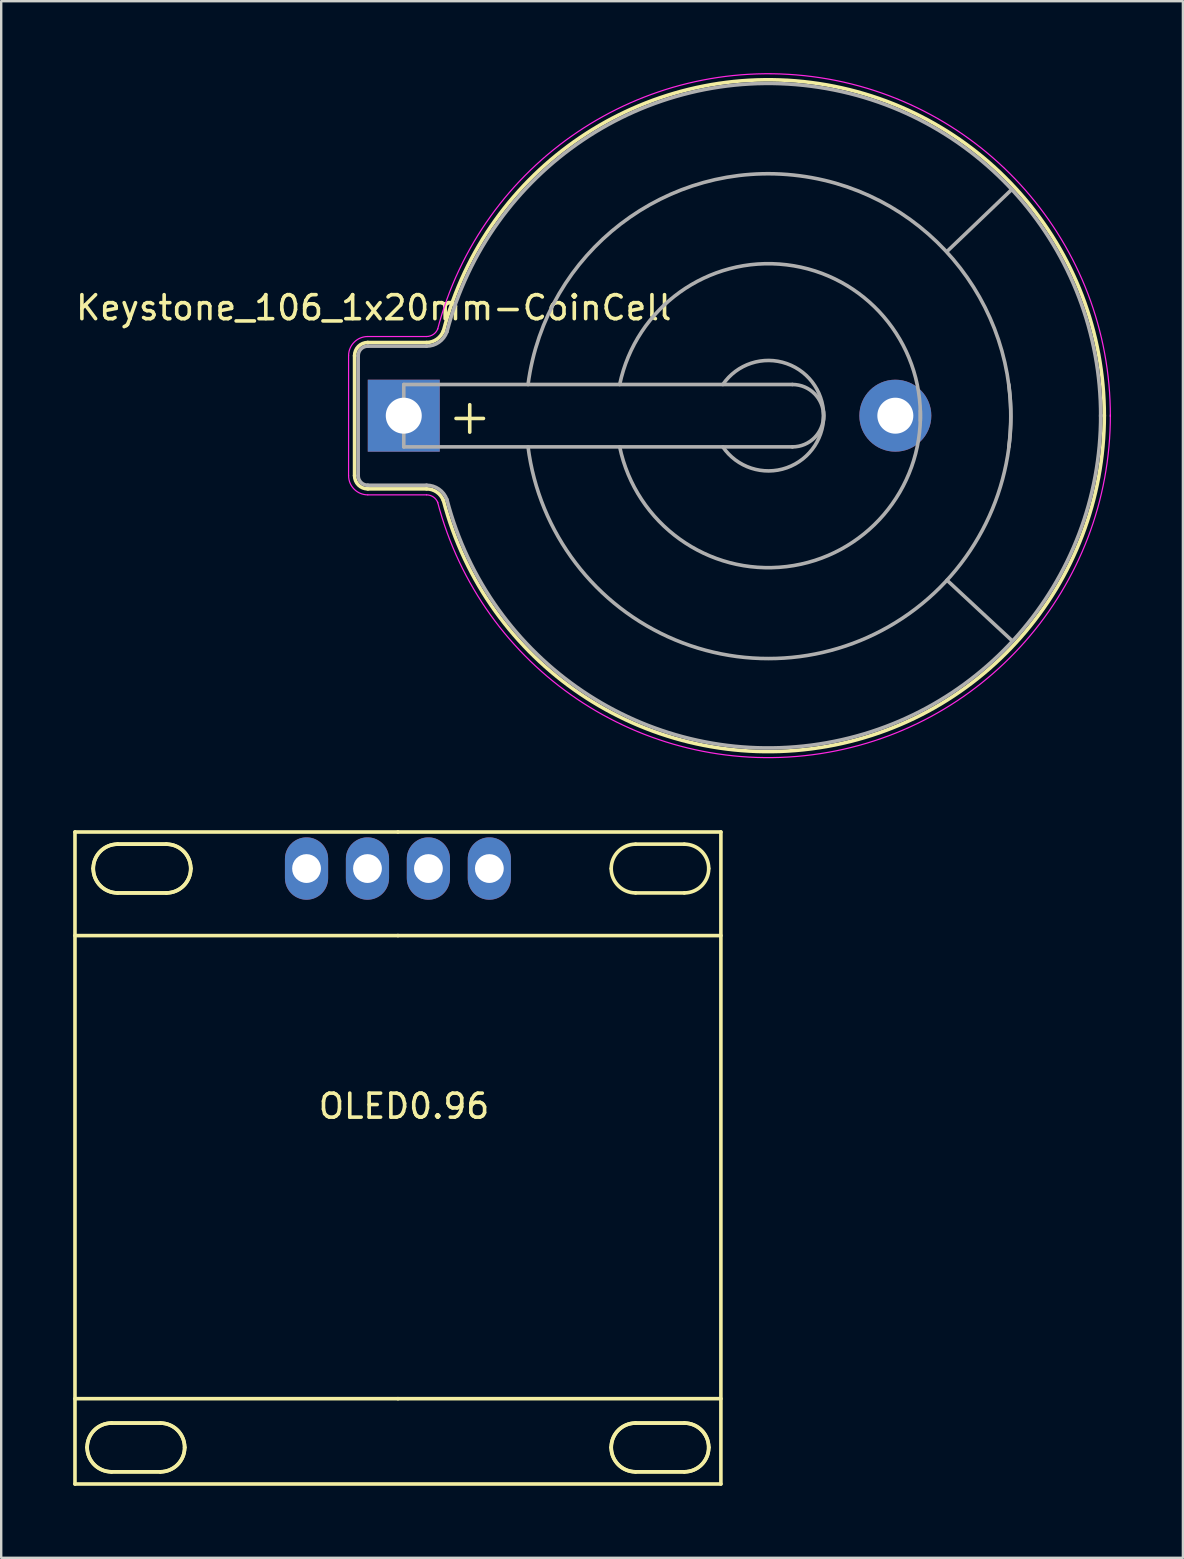
<source format=kicad_pcb>
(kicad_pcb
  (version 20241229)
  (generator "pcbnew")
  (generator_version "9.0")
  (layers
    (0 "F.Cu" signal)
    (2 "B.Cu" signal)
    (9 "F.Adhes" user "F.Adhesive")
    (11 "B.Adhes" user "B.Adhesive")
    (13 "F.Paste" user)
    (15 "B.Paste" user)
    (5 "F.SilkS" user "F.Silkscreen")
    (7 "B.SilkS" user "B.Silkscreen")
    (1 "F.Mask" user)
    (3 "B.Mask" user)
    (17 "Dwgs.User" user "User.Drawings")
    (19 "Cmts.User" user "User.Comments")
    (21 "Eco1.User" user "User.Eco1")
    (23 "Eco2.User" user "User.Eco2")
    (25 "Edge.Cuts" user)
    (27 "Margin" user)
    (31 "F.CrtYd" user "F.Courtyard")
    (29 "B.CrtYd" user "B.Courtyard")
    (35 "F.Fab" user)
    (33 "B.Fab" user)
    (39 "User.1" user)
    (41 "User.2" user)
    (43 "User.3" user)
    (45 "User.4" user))
  (footprint "OLED0.96"
    (layer "F.Cu")
    (at 13.537 33.153)
    (property "Reference" "OLED0.96" (at 0.254 9.906 0) (layer "F.SilkS") (effects (font (size 1 1) (thickness 0.15))))
    (attr through_hole)
    (fp_line (start -13.462 -1.524) (end 0 -1.524) (stroke (width 0.15) (type solid)) (layer "F.SilkS"))
    (fp_line (start -13.462 25.654) (end -13.462 -1.524) (stroke (width 0.15) (type solid)) (layer "F.SilkS"))
    (fp_line (start -11.938 23.114) (end -9.906 23.114) (stroke (width 0.15) (type solid)) (layer "F.SilkS"))
    (fp_line (start -11.938 23.114) (end -9.906 23.114) (stroke (width 0.15) (type solid)) (layer "F.SilkS"))
    (fp_line (start -11.938 25.146) (end -9.906 25.146) (stroke (width 0.15) (type solid)) (layer "F.SilkS"))
    (fp_line (start -11.938 25.146) (end -9.906 25.146) (stroke (width 0.15) (type solid)) (layer "F.SilkS"))
    (fp_line (start -11.684 -1.016) (end -9.652 -1.016) (stroke (width 0.15) (type solid)) (layer "F.SilkS"))
    (fp_line (start -11.684 -1.016) (end -9.652 -1.016) (stroke (width 0.15) (type solid)) (layer "F.SilkS"))
    (fp_line (start -11.684 1.016) (end -9.652 1.016) (stroke (width 0.15) (type solid)) (layer "F.SilkS"))
    (fp_line (start -11.684 1.016) (end -9.652 1.016) (stroke (width 0.15) (type solid)) (layer "F.SilkS"))
    (fp_line (start 0 -1.524) (end 13.462 -1.524) (stroke (width 0.15) (type solid)) (layer "F.SilkS"))
    (fp_line (start 0 2.794) (end -13.462 2.794) (stroke (width 0.15) (type solid)) (layer "F.SilkS"))
    (fp_line (start 0 2.794) (end 13.462 2.794) (stroke (width 0.15) (type solid)) (layer "F.SilkS"))
    (fp_line (start 0 22.098) (end -13.462 22.098) (stroke (width 0.15) (type solid)) (layer "F.SilkS"))
    (fp_line (start 0 22.098) (end 13.462 22.098) (stroke (width 0.15) (type solid)) (layer "F.SilkS"))
    (fp_line (start 9.906 -1.016) (end 11.938 -1.016) (stroke (width 0.15) (type solid)) (layer "F.SilkS"))
    (fp_line (start 9.906 23.114) (end 11.938 23.114) (stroke (width 0.15) (type solid)) (layer "F.SilkS"))
    (fp_line (start 9.906 23.114) (end 11.938 23.114) (stroke (width 0.15) (type solid)) (layer "F.SilkS"))
    (fp_line (start 9.906 25.146) (end 11.938 25.146) (stroke (width 0.15) (type solid)) (layer "F.SilkS"))
    (fp_line (start 9.906 25.146) (end 11.938 25.146) (stroke (width 0.15) (type solid)) (layer "F.SilkS"))
    (fp_line (start 11.938 1.016) (end 9.906 1.016) (stroke (width 0.15) (type solid)) (layer "F.SilkS"))
    (fp_line (start 13.462 -1.524) (end 13.462 25.654) (stroke (width 0.15) (type solid)) (layer "F.SilkS"))
    (fp_line (start 13.462 25.654) (end -13.462 25.654) (stroke (width 0.15) (type solid)) (layer "F.SilkS"))
    (fp_arc (start -12.954 24.13) (mid -12.65642 23.41158) (end -11.938 23.114) (stroke (width 0.15) (type solid)) (layer "F.SilkS"))
    (fp_arc (start -12.954 24.13) (mid -12.65642 23.41158) (end -11.938 23.114) (stroke (width 0.15) (type solid)) (layer "F.SilkS"))
    (fp_arc (start -12.7 0) (mid -12.40242 -0.71842) (end -11.684 -1.016) (stroke (width 0.15) (type solid)) (layer "F.SilkS"))
    (fp_arc (start -12.7 0) (mid -12.40242 -0.71842) (end -11.684 -1.016) (stroke (width 0.15) (type solid)) (layer "F.SilkS"))
    (fp_arc (start -11.938 25.146) (mid -12.65642 24.84842) (end -12.954 24.13) (stroke (width 0.15) (type solid)) (layer "F.SilkS"))
    (fp_arc (start -11.938 25.146) (mid -12.65642 24.84842) (end -12.954 24.13) (stroke (width 0.15) (type solid)) (layer "F.SilkS"))
    (fp_arc (start -11.684 1.016) (mid -12.40242 0.71842) (end -12.7 0) (stroke (width 0.15) (type solid)) (layer "F.SilkS"))
    (fp_arc (start -11.684 1.016) (mid -12.40242 0.71842) (end -12.7 0) (stroke (width 0.15) (type solid)) (layer "F.SilkS"))
    (fp_arc (start -9.906 23.114) (mid -9.18758 23.41158) (end -8.89 24.13) (stroke (width 0.15) (type solid)) (layer "F.SilkS"))
    (fp_arc (start -9.906 23.114) (mid -9.18758 23.41158) (end -8.89 24.13) (stroke (width 0.15) (type solid)) (layer "F.SilkS"))
    (fp_arc (start -9.652 -1.016) (mid -8.93358 -0.71842) (end -8.636 0) (stroke (width 0.15) (type solid)) (layer "F.SilkS"))
    (fp_arc (start -9.652 -1.016) (mid -8.93358 -0.71842) (end -8.636 0) (stroke (width 0.15) (type solid)) (layer "F.SilkS"))
    (fp_arc (start -8.89 24.13) (mid -9.18758 24.84842) (end -9.906 25.146) (stroke (width 0.15) (type solid)) (layer "F.SilkS"))
    (fp_arc (start -8.89 24.13) (mid -9.18758 24.84842) (end -9.906 25.146) (stroke (width 0.15) (type solid)) (layer "F.SilkS"))
    (fp_arc (start -8.636 0) (mid -8.93358 0.71842) (end -9.652 1.016) (stroke (width 0.15) (type solid)) (layer "F.SilkS"))
    (fp_arc (start -8.636 0) (mid -8.93358 0.71842) (end -9.652 1.016) (stroke (width 0.15) (type solid)) (layer "F.SilkS"))
    (fp_arc (start 8.89 0) (mid 9.18758 -0.71842) (end 9.906 -1.016) (stroke (width 0.15) (type solid)) (layer "F.SilkS"))
    (fp_arc (start 8.89 24.13) (mid 9.18758 23.41158) (end 9.906 23.114) (stroke (width 0.15) (type solid)) (layer "F.SilkS"))
    (fp_arc (start 8.89 24.13) (mid 9.18758 23.41158) (end 9.906 23.114) (stroke (width 0.15) (type solid)) (layer "F.SilkS"))
    (fp_arc (start 9.906 1.016) (mid 9.18758 0.71842) (end 8.89 0) (stroke (width 0.15) (type solid)) (layer "F.SilkS"))
    (fp_arc (start 9.906 25.146) (mid 9.18758 24.84842) (end 8.89 24.13) (stroke (width 0.15) (type solid)) (layer "F.SilkS"))
    (fp_arc (start 9.906 25.146) (mid 9.18758 24.84842) (end 8.89 24.13) (stroke (width 0.15) (type solid)) (layer "F.SilkS"))
    (fp_arc (start 11.938 -1.016) (mid 12.65642 -0.71842) (end 12.954 0) (stroke (width 0.15) (type solid)) (layer "F.SilkS"))
    (fp_arc (start 11.938 23.114) (mid 12.65642 23.41158) (end 12.954 24.13) (stroke (width 0.15) (type solid)) (layer "F.SilkS"))
    (fp_arc (start 11.938 23.114) (mid 12.65642 23.41158) (end 12.954 24.13) (stroke (width 0.15) (type solid)) (layer "F.SilkS"))
    (fp_arc (start 12.954 0) (mid 12.65642 0.71842) (end 11.938 1.016) (stroke (width 0.15) (type solid)) (layer "F.SilkS"))
    (fp_arc (start 12.954 24.13) (mid 12.65642 24.84842) (end 11.938 25.146) (stroke (width 0.15) (type solid)) (layer "F.SilkS"))
    (fp_arc (start 12.954 24.13) (mid 12.65642 24.84842) (end 11.938 25.146) (stroke (width 0.15) (type solid)) (layer "F.SilkS"))
    (pad "1" thru_hole oval (at -3.81 0) (size 1.8 2.6) (drill 1.2) (layers "*.Cu" "*.Mask"))
    (pad "2" thru_hole oval (at -1.27 0) (size 1.8 2.6) (drill 1.2) (layers "*.Cu" "*.Mask"))
    (pad "3" thru_hole oval (at 1.27 0) (size 1.8 2.6) (drill 1.2) (layers "*.Cu" "*.Mask"))
    (pad "4" thru_hole oval (at 3.81 0) (size 1.8 2.6) (drill 1.2) (layers "*.Cu" "*.Mask")))
  (footprint "Keystone_106_1x20mm-CoinCell"
    (layer "F.Cu")
    (at 13.78 14.277)
    (property "Reference" "Keystone_106_1x20mm-CoinCell" (at -1.25 -4.5 0) (layer "F.SilkS") (effects (font (size 1 1) (thickness 0.15))))
    (attr through_hole)
    (fp_line (start -2.05 -2.5) (end -2.05 2.5) (stroke (width 0.15) (type solid)) (layer "F.SilkS"))
    (fp_line (start -1.5 3.05) (end 0.95 3.05) (stroke (width 0.15) (type solid)) (layer "F.SilkS"))
    (fp_line (start 0.95 -3.05) (end -1.5 -3.05) (stroke (width 0.15) (type solid)) (layer "F.SilkS"))
    (fp_arc (start -2.05 -2.5) (mid -1.888909 -2.888909) (end -1.5 -3.05) (stroke (width 0.15) (type solid)) (layer "F.SilkS"))
    (fp_arc (start -1.5 3.05) (mid -1.888909 2.888909) (end -2.05 2.5) (stroke (width 0.15) (type solid)) (layer "F.SilkS"))
    (fp_arc (start 0.95 3.05) (mid 1.380182 3.185636) (end 1.654769 3.543485) (stroke (width 0.15) (type solid)) (layer "F.SilkS"))
    (fp_arc (start 1.65 -3.52) (mid 16.981862 -13.885887) (end 29.199738 0.015231) (stroke (width 0.15) (type solid)) (layer "F.SilkS"))
    (fp_arc (start 1.654769 -3.543485) (mid 1.380182 -3.185636) (end 0.95 -3.05) (stroke (width 0.15) (type solid)) (layer "F.SilkS"))
    (fp_arc (start 29.199738 -0.015231) (mid 16.981862 13.885887) (end 1.65 3.52) (stroke (width 0.15) (type solid)) (layer "F.SilkS"))
    (fp_line (start -2.3 -2.5) (end -2.3 2.5) (stroke (width 0.05) (type solid)) (layer "F.CrtYd"))
    (fp_line (start -1.5 3.3) (end 0.95 3.3) (stroke (width 0.05) (type solid)) (layer "F.CrtYd"))
    (fp_line (start 0.95 -3.3) (end -1.5 -3.3) (stroke (width 0.05) (type solid)) (layer "F.CrtYd"))
    (fp_arc (start -2.3 -2.5) (mid -2.065685 -3.065685) (end -1.5 -3.3) (stroke (width 0.05) (type solid)) (layer "F.CrtYd"))
    (fp_arc (start -1.5 3.3) (mid -2.065685 3.065685) (end -2.3 2.5) (stroke (width 0.05) (type solid)) (layer "F.CrtYd"))
    (fp_arc (start 0.95 3.3) (mid 1.236788 3.390424) (end 1.419846 3.62899) (stroke (width 0.05) (type solid)) (layer "F.CrtYd"))
    (fp_arc (start 1.41 -3.6) (mid 17.030934 -14.134065) (end 29.452124 0.032591) (stroke (width 0.05) (type solid)) (layer "F.CrtYd"))
    (fp_arc (start 1.419846 -3.62899) (mid 1.236788 -3.390424) (end 0.95 -3.3) (stroke (width 0.05) (type solid)) (layer "F.CrtYd"))
    (fp_arc (start 29.452124 -0.032591) (mid 17.030934 14.134065) (end 1.41 3.6) (stroke (width 0.05) (type solid)) (layer "F.CrtYd"))
    (fp_line (start -1.9 -2.5) (end -1.9 2.5) (stroke (width 0.15) (type solid)) (layer "F.Fab"))
    (fp_line (start -1.5 2.9) (end 0.95 2.9) (stroke (width 0.15) (type solid)) (layer "F.Fab"))
    (fp_line (start 0 -1.3) (end 0 1.3) (stroke (width 0.15) (type solid)) (layer "F.Fab"))
    (fp_line (start 0 1.3) (end 16.2 1.3) (stroke (width 0.15) (type solid)) (layer "F.Fab"))
    (fp_line (start 0.95 -2.9) (end -1.5 -2.9) (stroke (width 0.15) (type solid)) (layer "F.Fab"))
    (fp_line (start 16.2 -1.3) (end 0 -1.3) (stroke (width 0.15) (type solid)) (layer "F.Fab"))
    (fp_line (start 22.644 6.858) (end 25.35 9.373) (stroke (width 0.15) (type solid)) (layer "F.Fab"))
    (fp_line (start 22.657 -6.858) (end 25.342 -9.429) (stroke (width 0.15) (type solid)) (layer "F.Fab"))
    (fp_arc (start -1.9 -2.5) (mid -1.782843 -2.782843) (end -1.5 -2.9) (stroke (width 0.15) (type solid)) (layer "F.Fab"))
    (fp_arc (start -1.5 2.9) (mid -1.782843 2.782843) (end -1.9 2.5) (stroke (width 0.15) (type solid)) (layer "F.Fab"))
    (fp_arc (start 0.95 2.9) (mid 1.466219 3.062763) (end 1.795723 3.492182) (stroke (width 0.15) (type solid)) (layer "F.Fab"))
    (fp_arc (start 1.795723 -3.492182) (mid 1.466219 -3.062763) (end 0.95 -2.9) (stroke (width 0.15) (type solid)) (layer "F.Fab"))
    (fp_arc (start 1.8 -3.5) (mid 16.980951 -13.734563) (end 29.049508 0.033425) (stroke (width 0.15) (type solid)) (layer "F.Fab"))
    (fp_arc (start 5.18 -1.3) (mid 16.5 -10.02) (end 25.22 1.3) (stroke (width 0.15) (type solid)) (layer "F.Fab"))
    (fp_arc (start 9 -1.3) (mid 15.954687 -6.28971) (end 21.531551 0.203631) (stroke (width 0.15) (type solid)) (layer "F.Fab"))
    (fp_arc (start 13.3 -1.3) (mid 15.963947 -2.171724) (end 17.495448 0.175833) (stroke (width 0.15) (type solid)) (layer "F.Fab"))
    (fp_arc (start 16.2 -1.3) (mid 17.5 0) (end 16.2 1.3) (stroke (width 0.15) (type solid)) (layer "F.Fab"))
    (fp_arc (start 17.495448 -0.175833) (mid 15.963947 2.171724) (end 13.3 1.3) (stroke (width 0.15) (type solid)) (layer "F.Fab"))
    (fp_arc (start 21.531551 -0.203631) (mid 15.954687 6.28971) (end 9 1.3) (stroke (width 0.15) (type solid)) (layer "F.Fab"))
    (fp_arc (start 25.22 -1.3) (mid 16.5 10.02) (end 5.18 1.3) (stroke (width 0.15) (type solid)) (layer "F.Fab"))
    (fp_arc (start 29.049508 -0.033425) (mid 16.980951 13.734562) (end 1.8 3.5) (stroke (width 0.15) (type solid)) (layer "F.Fab"))
    (fp_text user "+" (at 2.75 0 0) (layer "F.SilkS") (effects (font (size 1.5 1.5) (thickness 0.15))))
    (pad "1" thru_hole rect (at 0 0) (size 3 3) (drill 1.5) (layers "*.Cu" "*.Mask"))
    (pad "2" thru_hole circle (at 20.49 0) (size 3 3) (drill 1.5) (layers "*.Cu" "*.Mask")))
  (gr_rect
    (start -3 -3)
    (end 46.257 61.882)
    (stroke (width 0.1) (type default))
    (fill no)
    (layer "Edge.Cuts")))
</source>
